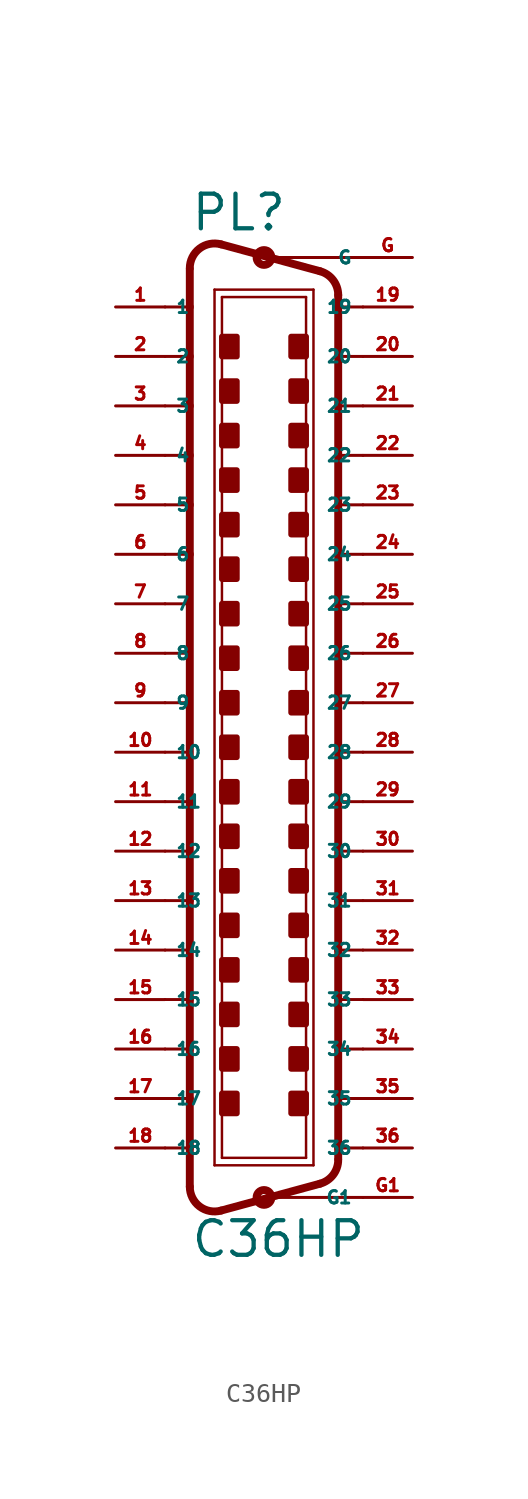
<source format=kicad_sym>
(kicad_symbol_lib
  (version 20220914)
  (generator Eagle2Kicad)
  (symbol "C36HP"
    (property "Reference" "PL"
      (at -3.81 24.13 0)
      (effects (font (size 1.778 1.778) (thickness 0.22)) (justify left bottom)))
    (property "Value" "C36HP"
      (at -3.81 -28.575 0)
      (effects (font (size 1.778 1.778) (thickness 0.22)) (justify left bottom)))
    (polyline
      (pts (xy -2.54 21.209) (xy 2.54 21.209))
      (stroke (width 0.127) (type default))
      (fill (type none)))
    (polyline
      (pts (xy -2.54 -23.749) (xy 2.54 -23.749))
      (stroke (width 0.127) (type default))
      (fill (type none)))
    (polyline
      (pts (xy -2.159 20.828) (xy 2.159 20.828))
      (stroke (width 0.127) (type default))
      (fill (type none)))
    (polyline
      (pts (xy 2.159 -23.368) (xy -2.159 -23.368))
      (stroke (width 0.127) (type default))
      (fill (type none)))
    (polyline
      (pts (xy 2.873 22.155) (xy -2.207 23.535))
      (stroke (width 0.406) (type default))
      (fill (type none)))
    (polyline
      (pts (xy 2.873 -24.695) (xy -2.207 -26.075))
      (stroke (width 0.406) (type default))
      (fill (type none)))
    (polyline
      (pts (xy -2.54 -23.749) (xy -2.54 21.209))
      (stroke (width 0.127) (type default))
      (fill (type none)))
    (polyline
      (pts (xy -3.81 22.264) (xy -3.81 20.32))
      (stroke (width 0.406) (type default))
      (fill (type none)))
    (polyline
      (pts (xy -3.81 20.32) (xy -3.81 17.78))
      (stroke (width 0.406) (type default))
      (fill (type none)))
    (polyline
      (pts (xy -3.81 17.78) (xy -3.81 15.24))
      (stroke (width 0.406) (type default))
      (fill (type none)))
    (polyline
      (pts (xy -3.81 15.24) (xy -3.81 12.7))
      (stroke (width 0.406) (type default))
      (fill (type none)))
    (polyline
      (pts (xy -3.81 12.7) (xy -3.81 10.16))
      (stroke (width 0.406) (type default))
      (fill (type none)))
    (polyline
      (pts (xy -3.81 10.16) (xy -3.81 7.62))
      (stroke (width 0.406) (type default))
      (fill (type none)))
    (polyline
      (pts (xy -3.81 7.62) (xy -3.81 -10.16))
      (stroke (width 0.406) (type default))
      (fill (type none)))
    (polyline
      (pts (xy -3.81 -10.16) (xy -3.81 -12.7))
      (stroke (width 0.406) (type default))
      (fill (type none)))
    (polyline
      (pts (xy -3.81 -12.7) (xy -3.81 -15.24))
      (stroke (width 0.406) (type default))
      (fill (type none)))
    (polyline
      (pts (xy -3.81 -15.24) (xy -3.81 -17.78))
      (stroke (width 0.406) (type default))
      (fill (type none)))
    (polyline
      (pts (xy -3.81 -17.78) (xy -3.81 -20.32))
      (stroke (width 0.406) (type default))
      (fill (type none)))
    (polyline
      (pts (xy -3.81 -20.32) (xy -3.81 -22.86))
      (stroke (width 0.406) (type default))
      (fill (type none)))
    (polyline
      (pts (xy -3.81 -22.86) (xy -3.81 -24.85))
      (stroke (width 0.406) (type default))
      (fill (type none)))
    (arc
      (start -3.81 -24.8498)
      (mid -3.311 -25.859)
      (end -2.207 -26.0754)
      (stroke (width 0.4064) (type default))
      (fill (type none)))
    (arc
      (start -2.207 23.5353)
      (mid -3.311 23.319)
      (end -3.81 22.3098)
      (stroke (width 0.4064) (type default))
      (fill (type none)))
    (polyline
      (pts (xy -2.159 -23.368) (xy -2.159 20.828))
      (stroke (width 0.127) (type default))
      (fill (type none)))
    (polyline
      (pts (xy 2.54 -23.749) (xy 2.54 21.209))
      (stroke (width 0.127) (type default))
      (fill (type none)))
    (polyline
      (pts (xy 3.81 -23.424) (xy 3.81 -22.86))
      (stroke (width 0.406) (type default))
      (fill (type none)))
    (polyline
      (pts (xy 3.81 -22.86) (xy 3.81 -20.32))
      (stroke (width 0.406) (type default))
      (fill (type none)))
    (polyline
      (pts (xy 3.81 -20.32) (xy 3.81 -17.78))
      (stroke (width 0.406) (type default))
      (fill (type none)))
    (polyline
      (pts (xy 3.81 -17.78) (xy 3.81 -15.24))
      (stroke (width 0.406) (type default))
      (fill (type none)))
    (polyline
      (pts (xy 3.81 -15.24) (xy 3.81 -12.7))
      (stroke (width 0.406) (type default))
      (fill (type none)))
    (polyline
      (pts (xy 3.81 -12.7) (xy 3.81 -10.16))
      (stroke (width 0.406) (type default))
      (fill (type none)))
    (polyline
      (pts (xy 3.81 -10.16) (xy 3.81 7.62))
      (stroke (width 0.406) (type default))
      (fill (type none)))
    (polyline
      (pts (xy 3.81 7.62) (xy 3.81 10.16))
      (stroke (width 0.406) (type default))
      (fill (type none)))
    (polyline
      (pts (xy 3.81 10.16) (xy 3.81 12.7))
      (stroke (width 0.406) (type default))
      (fill (type none)))
    (polyline
      (pts (xy 3.81 12.7) (xy 3.81 15.24))
      (stroke (width 0.406) (type default))
      (fill (type none)))
    (polyline
      (pts (xy 3.81 15.24) (xy 3.81 17.78))
      (stroke (width 0.406) (type default))
      (fill (type none)))
    (polyline
      (pts (xy 3.81 17.78) (xy 3.81 20.32))
      (stroke (width 0.406) (type default))
      (fill (type none)))
    (polyline
      (pts (xy 3.81 20.32) (xy 3.81 20.93))
      (stroke (width 0.406) (type default))
      (fill (type none)))
    (arc
      (start 2.873 -24.6951)
      (mid 3.549 -24.241)
      (end 3.81 -23.4696)
      (stroke (width 0.4064) (type default))
      (fill (type none)))
    (polyline
      (pts (xy 2.159 20.828) (xy 2.159 -23.368))
      (stroke (width 0.127) (type default))
      (fill (type none)))
    (arc
      (start 3.81 20.9296)
      (mid 3.549 21.701)
      (end 2.873 22.1552)
      (stroke (width 0.4064) (type default))
      (fill (type none)))
    (polyline
      (pts (xy -5.08 20.32) (xy -3.81 20.32))
      (stroke (width 0.152) (type default))
      (fill (type none)))
    (polyline
      (pts (xy -5.08 17.78) (xy -3.81 17.78))
      (stroke (width 0.152) (type default))
      (fill (type none)))
    (polyline
      (pts (xy -5.08 15.24) (xy -3.81 15.24))
      (stroke (width 0.152) (type default))
      (fill (type none)))
    (polyline
      (pts (xy -5.08 -15.24) (xy -3.81 -15.24))
      (stroke (width 0.152) (type default))
      (fill (type none)))
    (polyline
      (pts (xy -5.08 -17.78) (xy -3.81 -17.78))
      (stroke (width 0.152) (type default))
      (fill (type none)))
    (polyline
      (pts (xy -5.08 -20.32) (xy -3.81 -20.32))
      (stroke (width 0.152) (type default))
      (fill (type none)))
    (polyline
      (pts (xy -5.08 -22.86) (xy -3.81 -22.86))
      (stroke (width 0.152) (type default))
      (fill (type none)))
    (polyline
      (pts (xy 5.08 -22.86) (xy 3.81 -22.86))
      (stroke (width 0.152) (type default))
      (fill (type none)))
    (polyline
      (pts (xy 5.08 -20.32) (xy 3.81 -20.32))
      (stroke (width 0.152) (type default))
      (fill (type none)))
    (polyline
      (pts (xy 5.08 -17.78) (xy 3.81 -17.78))
      (stroke (width 0.152) (type default))
      (fill (type none)))
    (polyline
      (pts (xy 5.08 -15.24) (xy 3.81 -15.24))
      (stroke (width 0.152) (type default))
      (fill (type none)))
    (polyline
      (pts (xy 5.08 15.24) (xy 3.81 15.24))
      (stroke (width 0.152) (type default))
      (fill (type none)))
    (polyline
      (pts (xy 5.08 17.78) (xy 3.81 17.78))
      (stroke (width 0.152) (type default))
      (fill (type none)))
    (polyline
      (pts (xy 5.08 20.32) (xy 3.81 20.32))
      (stroke (width 0.152) (type default))
      (fill (type none)))
    (polyline
      (pts (xy 5.08 12.7) (xy 3.81 12.7))
      (stroke (width 0.152) (type default))
      (fill (type none)))
    (polyline
      (pts (xy 5.08 10.16) (xy 3.81 10.16))
      (stroke (width 0.152) (type default))
      (fill (type none)))
    (polyline
      (pts (xy 5.08 7.62) (xy 3.81 7.62))
      (stroke (width 0.152) (type default))
      (fill (type none)))
    (polyline
      (pts (xy 5.08 -10.16) (xy 3.81 -10.16))
      (stroke (width 0.152) (type default))
      (fill (type none)))
    (polyline
      (pts (xy 5.08 -12.7) (xy 3.81 -12.7))
      (stroke (width 0.152) (type default))
      (fill (type none)))
    (polyline
      (pts (xy -3.81 12.7) (xy -5.08 12.7))
      (stroke (width 0.152) (type default))
      (fill (type none)))
    (polyline
      (pts (xy -3.81 10.16) (xy -5.08 10.16))
      (stroke (width 0.152) (type default))
      (fill (type none)))
    (polyline
      (pts (xy -3.81 7.62) (xy -5.08 7.62))
      (stroke (width 0.152) (type default))
      (fill (type none)))
    (polyline
      (pts (xy -3.81 -10.16) (xy -5.08 -10.16))
      (stroke (width 0.152) (type default))
      (fill (type none)))
    (polyline
      (pts (xy -3.81 -12.7) (xy -5.08 -12.7))
      (stroke (width 0.152) (type default))
      (fill (type none)))
    (polyline
      (pts (xy -5.08 0) (xy -3.81 0))
      (stroke (width 0.152) (type default))
      (fill (type none)))
    (polyline
      (pts (xy -5.08 -2.54) (xy -3.81 -2.54))
      (stroke (width 0.152) (type default))
      (fill (type none)))
    (polyline
      (pts (xy -5.08 -5.08) (xy -3.81 -5.08))
      (stroke (width 0.152) (type default))
      (fill (type none)))
    (polyline
      (pts (xy -5.08 -7.62) (xy -3.81 -7.62))
      (stroke (width 0.152) (type default))
      (fill (type none)))
    (polyline
      (pts (xy -3.81 5.08) (xy -5.08 5.08))
      (stroke (width 0.152) (type default))
      (fill (type none)))
    (polyline
      (pts (xy -3.81 2.54) (xy -5.08 2.54))
      (stroke (width 0.152) (type default))
      (fill (type none)))
    (polyline
      (pts (xy 5.08 -2.54) (xy 3.81 -2.54))
      (stroke (width 0.152) (type default))
      (fill (type none)))
    (polyline
      (pts (xy 5.08 0) (xy 3.81 0))
      (stroke (width 0.152) (type default))
      (fill (type none)))
    (polyline
      (pts (xy 5.08 2.54) (xy 3.81 2.54))
      (stroke (width 0.152) (type default))
      (fill (type none)))
    (polyline
      (pts (xy 5.08 5.08) (xy 3.81 5.08))
      (stroke (width 0.152) (type default))
      (fill (type none)))
    (polyline
      (pts (xy 3.81 -7.62) (xy 5.08 -7.62))
      (stroke (width 0.152) (type default))
      (fill (type none)))
    (polyline
      (pts (xy 3.81 -5.08) (xy 5.08 -5.08))
      (stroke (width 0.152) (type default))
      (fill (type none)))
    (polyline
      (pts (xy 5.08 22.86) (xy 0 22.86))
      (stroke (width 0.152) (type default))
      (fill (type none)))
    (polyline
      (pts (xy 5.08 -25.4) (xy 0 -25.4))
      (stroke (width 0.152) (type default))
      (fill (type none)))
    (circle
      (center 0 22.86)
      (radius 0.381)
      (stroke (width 0.406) (type default))
      (fill (type none)))
    (circle
      (center 0 -25.4)
      (radius 0.381)
      (stroke (width 0.406) (type default))
      (fill (type none)))
    (rectangle
      (start -2.159 17.78)
      (end -1.397 18.796)
      (stroke (width 0.3) (type default))
      (fill (type outline)))
    (rectangle
      (start -2.159 15.494)
      (end -1.397 16.51)
      (stroke (width 0.3) (type default))
      (fill (type outline)))
    (rectangle
      (start 1.397 17.78)
      (end 2.159 18.796)
      (stroke (width 0.3) (type default))
      (fill (type outline)))
    (rectangle
      (start 1.397 15.494)
      (end 2.159 16.51)
      (stroke (width 0.3) (type default))
      (fill (type outline)))
    (rectangle
      (start -2.159 13.208)
      (end -1.397 14.224)
      (stroke (width 0.3) (type default))
      (fill (type outline)))
    (rectangle
      (start -2.159 10.922)
      (end -1.397 11.938)
      (stroke (width 0.3) (type default))
      (fill (type outline)))
    (rectangle
      (start 1.397 13.208)
      (end 2.159 14.224)
      (stroke (width 0.3) (type default))
      (fill (type outline)))
    (rectangle
      (start 1.397 10.922)
      (end 2.159 11.938)
      (stroke (width 0.3) (type default))
      (fill (type outline)))
    (rectangle
      (start -2.159 8.636)
      (end -1.397 9.652)
      (stroke (width 0.3) (type default))
      (fill (type outline)))
    (rectangle
      (start -2.159 -14.224)
      (end -1.397 -13.208)
      (stroke (width 0.3) (type default))
      (fill (type outline)))
    (rectangle
      (start 1.397 -14.224)
      (end 2.159 -13.208)
      (stroke (width 0.3) (type default))
      (fill (type outline)))
    (rectangle
      (start 1.397 -16.51)
      (end 2.159 -15.494)
      (stroke (width 0.3) (type default))
      (fill (type outline)))
    (rectangle
      (start -2.159 -16.51)
      (end -1.397 -15.494)
      (stroke (width 0.3) (type default))
      (fill (type outline)))
    (rectangle
      (start -2.159 -18.796)
      (end -1.397 -17.78)
      (stroke (width 0.3) (type default))
      (fill (type outline)))
    (rectangle
      (start 1.397 -11.938)
      (end 2.159 -10.922)
      (stroke (width 0.3) (type default))
      (fill (type outline)))
    (rectangle
      (start 1.397 -18.796)
      (end 2.159 -17.78)
      (stroke (width 0.3) (type default))
      (fill (type outline)))
    (rectangle
      (start -2.159 -21.082)
      (end -1.397 -20.066)
      (stroke (width 0.3) (type default))
      (fill (type outline)))
    (rectangle
      (start 1.397 -21.082)
      (end 2.159 -20.066)
      (stroke (width 0.3) (type default))
      (fill (type outline)))
    (rectangle
      (start -2.159 6.35)
      (end -1.397 7.366)
      (stroke (width 0.3) (type default))
      (fill (type outline)))
    (rectangle
      (start -2.159 -9.652)
      (end -1.397 -8.636)
      (stroke (width 0.3) (type default))
      (fill (type outline)))
    (rectangle
      (start -2.159 -11.938)
      (end -1.397 -10.922)
      (stroke (width 0.3) (type default))
      (fill (type outline)))
    (rectangle
      (start 1.397 -9.652)
      (end 2.159 -8.636)
      (stroke (width 0.3) (type default))
      (fill (type outline)))
    (rectangle
      (start 1.397 6.35)
      (end 2.159 7.366)
      (stroke (width 0.3) (type default))
      (fill (type outline)))
    (rectangle
      (start 1.397 8.636)
      (end 2.159 9.652)
      (stroke (width 0.3) (type default))
      (fill (type outline)))
    (rectangle
      (start -2.159 4.064)
      (end -1.397 5.08)
      (stroke (width 0.3) (type default))
      (fill (type outline)))
    (rectangle
      (start -2.159 1.778)
      (end -1.397 2.794)
      (stroke (width 0.3) (type default))
      (fill (type outline)))
    (rectangle
      (start -2.159 -0.508)
      (end -1.397 0.508)
      (stroke (width 0.3) (type default))
      (fill (type outline)))
    (rectangle
      (start -2.159 -2.794)
      (end -1.397 -1.778)
      (stroke (width 0.3) (type default))
      (fill (type outline)))
    (rectangle
      (start -2.159 -5.08)
      (end -1.397 -4.064)
      (stroke (width 0.3) (type default))
      (fill (type outline)))
    (rectangle
      (start -2.159 -7.366)
      (end -1.397 -6.35)
      (stroke (width 0.3) (type default))
      (fill (type outline)))
    (rectangle
      (start 1.397 4.064)
      (end 2.159 5.08)
      (stroke (width 0.3) (type default))
      (fill (type outline)))
    (rectangle
      (start 1.397 1.778)
      (end 2.159 2.794)
      (stroke (width 0.3) (type default))
      (fill (type outline)))
    (rectangle
      (start 1.397 -0.508)
      (end 2.159 0.508)
      (stroke (width 0.3) (type default))
      (fill (type outline)))
    (rectangle
      (start 1.397 -2.794)
      (end 2.159 -1.778)
      (stroke (width 0.3) (type default))
      (fill (type outline)))
    (rectangle
      (start 1.397 -5.08)
      (end 2.159 -4.064)
      (stroke (width 0.3) (type default))
      (fill (type outline)))
    (rectangle
      (start 1.397 -7.366)
      (end 2.159 -6.35)
      (stroke (width 0.3) (type default))
      (fill (type outline)))
    (pin passive line
      (at 7.62 22.86 180)
      (length 2.54)
      (name "G" (effects (font (size 0.635 0.635) (thickness 0.08)) (justify left bottom)))
      (number "G" (effects (font (size 0.635 0.635) (thickness 0.08)) (justify left bottom))))
    (pin passive line
      (at 7.62 -25.4 180)
      (length 2.54)
      (name "G1" (effects (font (size 0.635 0.635) (thickness 0.08)) (justify left bottom)))
      (number "G1" (effects (font (size 0.635 0.635) (thickness 0.08)) (justify left bottom))))
    (pin passive line
      (at -7.62 20.32 0)
      (length 2.54)
      (name "1" (effects (font (size 0.635 0.635) (thickness 0.08)) (justify left bottom)))
      (number "1" (effects (font (size 0.635 0.635) (thickness 0.08)) (justify left bottom))))
    (pin passive line
      (at -7.62 17.78 0)
      (length 2.54)
      (name "2" (effects (font (size 0.635 0.635) (thickness 0.08)) (justify left bottom)))
      (number "2" (effects (font (size 0.635 0.635) (thickness 0.08)) (justify left bottom))))
    (pin passive line
      (at -7.62 15.24 0)
      (length 2.54)
      (name "3" (effects (font (size 0.635 0.635) (thickness 0.08)) (justify left bottom)))
      (number "3" (effects (font (size 0.635 0.635) (thickness 0.08)) (justify left bottom))))
    (pin passive line
      (at -7.62 12.7 0)
      (length 2.54)
      (name "4" (effects (font (size 0.635 0.635) (thickness 0.08)) (justify left bottom)))
      (number "4" (effects (font (size 0.635 0.635) (thickness 0.08)) (justify left bottom))))
    (pin passive line
      (at -7.62 10.16 0)
      (length 2.54)
      (name "5" (effects (font (size 0.635 0.635) (thickness 0.08)) (justify left bottom)))
      (number "5" (effects (font (size 0.635 0.635) (thickness 0.08)) (justify left bottom))))
    (pin passive line
      (at -7.62 7.62 0)
      (length 2.54)
      (name "6" (effects (font (size 0.635 0.635) (thickness 0.08)) (justify left bottom)))
      (number "6" (effects (font (size 0.635 0.635) (thickness 0.08)) (justify left bottom))))
    (pin passive line
      (at -7.62 5.08 0)
      (length 2.54)
      (name "7" (effects (font (size 0.635 0.635) (thickness 0.08)) (justify left bottom)))
      (number "7" (effects (font (size 0.635 0.635) (thickness 0.08)) (justify left bottom))))
    (pin passive line
      (at -7.62 2.54 0)
      (length 2.54)
      (name "8" (effects (font (size 0.635 0.635) (thickness 0.08)) (justify left bottom)))
      (number "8" (effects (font (size 0.635 0.635) (thickness 0.08)) (justify left bottom))))
    (pin passive line
      (at -7.62 0 0)
      (length 2.54)
      (name "9" (effects (font (size 0.635 0.635) (thickness 0.08)) (justify left bottom)))
      (number "9" (effects (font (size 0.635 0.635) (thickness 0.08)) (justify left bottom))))
    (pin passive line
      (at -7.62 -2.54 0)
      (length 2.54)
      (name "10" (effects (font (size 0.635 0.635) (thickness 0.08)) (justify left bottom)))
      (number "10" (effects (font (size 0.635 0.635) (thickness 0.08)) (justify left bottom))))
    (pin passive line
      (at -7.62 -5.08 0)
      (length 2.54)
      (name "11" (effects (font (size 0.635 0.635) (thickness 0.08)) (justify left bottom)))
      (number "11" (effects (font (size 0.635 0.635) (thickness 0.08)) (justify left bottom))))
    (pin passive line
      (at -7.62 -7.62 0)
      (length 2.54)
      (name "12" (effects (font (size 0.635 0.635) (thickness 0.08)) (justify left bottom)))
      (number "12" (effects (font (size 0.635 0.635) (thickness 0.08)) (justify left bottom))))
    (pin passive line
      (at -7.62 -10.16 0)
      (length 2.54)
      (name "13" (effects (font (size 0.635 0.635) (thickness 0.08)) (justify left bottom)))
      (number "13" (effects (font (size 0.635 0.635) (thickness 0.08)) (justify left bottom))))
    (pin passive line
      (at -7.62 -12.7 0)
      (length 2.54)
      (name "14" (effects (font (size 0.635 0.635) (thickness 0.08)) (justify left bottom)))
      (number "14" (effects (font (size 0.635 0.635) (thickness 0.08)) (justify left bottom))))
    (pin passive line
      (at -7.62 -15.24 0)
      (length 2.54)
      (name "15" (effects (font (size 0.635 0.635) (thickness 0.08)) (justify left bottom)))
      (number "15" (effects (font (size 0.635 0.635) (thickness 0.08)) (justify left bottom))))
    (pin passive line
      (at -7.62 -17.78 0)
      (length 2.54)
      (name "16" (effects (font (size 0.635 0.635) (thickness 0.08)) (justify left bottom)))
      (number "16" (effects (font (size 0.635 0.635) (thickness 0.08)) (justify left bottom))))
    (pin passive line
      (at -7.62 -20.32 0)
      (length 2.54)
      (name "17" (effects (font (size 0.635 0.635) (thickness 0.08)) (justify left bottom)))
      (number "17" (effects (font (size 0.635 0.635) (thickness 0.08)) (justify left bottom))))
    (pin passive line
      (at -7.62 -22.86 0)
      (length 2.54)
      (name "18" (effects (font (size 0.635 0.635) (thickness 0.08)) (justify left bottom)))
      (number "18" (effects (font (size 0.635 0.635) (thickness 0.08)) (justify left bottom))))
    (pin passive line
      (at 7.62 20.32 180)
      (length 2.54)
      (name "19" (effects (font (size 0.635 0.635) (thickness 0.08)) (justify left bottom)))
      (number "19" (effects (font (size 0.635 0.635) (thickness 0.08)) (justify left bottom))))
    (pin passive line
      (at 7.62 17.78 180)
      (length 2.54)
      (name "20" (effects (font (size 0.635 0.635) (thickness 0.08)) (justify left bottom)))
      (number "20" (effects (font (size 0.635 0.635) (thickness 0.08)) (justify left bottom))))
    (pin passive line
      (at 7.62 15.24 180)
      (length 2.54)
      (name "21" (effects (font (size 0.635 0.635) (thickness 0.08)) (justify left bottom)))
      (number "21" (effects (font (size 0.635 0.635) (thickness 0.08)) (justify left bottom))))
    (pin passive line
      (at 7.62 12.7 180)
      (length 2.54)
      (name "22" (effects (font (size 0.635 0.635) (thickness 0.08)) (justify left bottom)))
      (number "22" (effects (font (size 0.635 0.635) (thickness 0.08)) (justify left bottom))))
    (pin passive line
      (at 7.62 10.16 180)
      (length 2.54)
      (name "23" (effects (font (size 0.635 0.635) (thickness 0.08)) (justify left bottom)))
      (number "23" (effects (font (size 0.635 0.635) (thickness 0.08)) (justify left bottom))))
    (pin passive line
      (at 7.62 7.62 180)
      (length 2.54)
      (name "24" (effects (font (size 0.635 0.635) (thickness 0.08)) (justify left bottom)))
      (number "24" (effects (font (size 0.635 0.635) (thickness 0.08)) (justify left bottom))))
    (pin passive line
      (at 7.62 5.08 180)
      (length 2.54)
      (name "25" (effects (font (size 0.635 0.635) (thickness 0.08)) (justify left bottom)))
      (number "25" (effects (font (size 0.635 0.635) (thickness 0.08)) (justify left bottom))))
    (pin passive line
      (at 7.62 2.54 180)
      (length 2.54)
      (name "26" (effects (font (size 0.635 0.635) (thickness 0.08)) (justify left bottom)))
      (number "26" (effects (font (size 0.635 0.635) (thickness 0.08)) (justify left bottom))))
    (pin passive line
      (at 7.62 0 180)
      (length 2.54)
      (name "27" (effects (font (size 0.635 0.635) (thickness 0.08)) (justify left bottom)))
      (number "27" (effects (font (size 0.635 0.635) (thickness 0.08)) (justify left bottom))))
    (pin passive line
      (at 7.62 -2.54 180)
      (length 2.54)
      (name "28" (effects (font (size 0.635 0.635) (thickness 0.08)) (justify left bottom)))
      (number "28" (effects (font (size 0.635 0.635) (thickness 0.08)) (justify left bottom))))
    (pin passive line
      (at 7.62 -5.08 180)
      (length 2.54)
      (name "29" (effects (font (size 0.635 0.635) (thickness 0.08)) (justify left bottom)))
      (number "29" (effects (font (size 0.635 0.635) (thickness 0.08)) (justify left bottom))))
    (pin passive line
      (at 7.62 -7.62 180)
      (length 2.54)
      (name "30" (effects (font (size 0.635 0.635) (thickness 0.08)) (justify left bottom)))
      (number "30" (effects (font (size 0.635 0.635) (thickness 0.08)) (justify left bottom))))
    (pin passive line
      (at 7.62 -10.16 180)
      (length 2.54)
      (name "31" (effects (font (size 0.635 0.635) (thickness 0.08)) (justify left bottom)))
      (number "31" (effects (font (size 0.635 0.635) (thickness 0.08)) (justify left bottom))))
    (pin passive line
      (at 7.62 -12.7 180)
      (length 2.54)
      (name "32" (effects (font (size 0.635 0.635) (thickness 0.08)) (justify left bottom)))
      (number "32" (effects (font (size 0.635 0.635) (thickness 0.08)) (justify left bottom))))
    (pin passive line
      (at 7.62 -15.24 180)
      (length 2.54)
      (name "33" (effects (font (size 0.635 0.635) (thickness 0.08)) (justify left bottom)))
      (number "33" (effects (font (size 0.635 0.635) (thickness 0.08)) (justify left bottom))))
    (pin passive line
      (at 7.62 -17.78 180)
      (length 2.54)
      (name "34" (effects (font (size 0.635 0.635) (thickness 0.08)) (justify left bottom)))
      (number "34" (effects (font (size 0.635 0.635) (thickness 0.08)) (justify left bottom))))
    (pin passive line
      (at 7.62 -20.32 180)
      (length 2.54)
      (name "35" (effects (font (size 0.635 0.635) (thickness 0.08)) (justify left bottom)))
      (number "35" (effects (font (size 0.635 0.635) (thickness 0.08)) (justify left bottom))))
    (pin passive line
      (at 7.62 -22.86 180)
      (length 2.54)
      (name "36" (effects (font (size 0.635 0.635) (thickness 0.08)) (justify left bottom)))
      (number "36" (effects (font (size 0.635 0.635) (thickness 0.08)) (justify left bottom))))))
</source>
